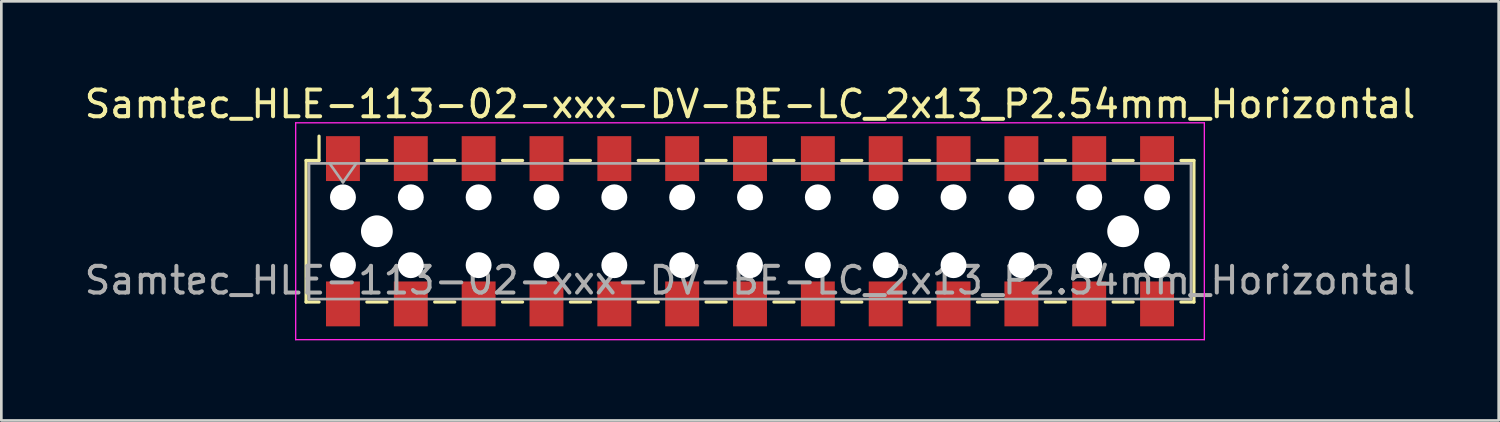
<source format=kicad_pcb>
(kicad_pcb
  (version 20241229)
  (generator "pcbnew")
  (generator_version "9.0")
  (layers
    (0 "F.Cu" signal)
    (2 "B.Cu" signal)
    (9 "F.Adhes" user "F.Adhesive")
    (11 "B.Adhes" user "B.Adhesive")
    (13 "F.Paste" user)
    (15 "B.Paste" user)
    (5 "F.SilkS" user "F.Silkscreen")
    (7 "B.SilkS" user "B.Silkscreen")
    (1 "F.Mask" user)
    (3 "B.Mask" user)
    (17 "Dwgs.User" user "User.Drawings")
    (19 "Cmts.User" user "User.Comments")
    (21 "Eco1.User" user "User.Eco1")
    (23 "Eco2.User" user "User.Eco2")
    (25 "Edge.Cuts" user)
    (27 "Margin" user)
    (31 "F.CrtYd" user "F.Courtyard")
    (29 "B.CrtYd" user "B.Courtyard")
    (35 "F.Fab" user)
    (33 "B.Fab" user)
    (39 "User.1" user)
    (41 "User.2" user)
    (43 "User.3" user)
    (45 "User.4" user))
  (footprint "Samtec_HLE-113-02-xxx-DV-BE-LC_2x13_P2.54mm_Horizontal"
    (layer "F.Cu")
    (at 25.03 5.608)
    (property "Reference" "Samtec_HLE-113-02-xxx-DV-BE-LC_2x13_P2.54mm_Horizontal" (at 0 -4.76 0) (layer "F.SilkS") (effects (font (size 1 1) (thickness 0.15))))
    (attr smd)
    (fp_line (start -16.62 -2.65) (end -16.62 2.65) (stroke (width 0.12) (type solid)) (layer "F.SilkS"))
    (fp_line (start -16.62 2.65) (end -16.135 2.65) (stroke (width 0.12) (type solid)) (layer "F.SilkS"))
    (fp_line (start -16.135 -3.56) (end -16.135 -2.65) (stroke (width 0.12) (type solid)) (layer "F.SilkS"))
    (fp_line (start -16.135 -2.65) (end -16.62 -2.65) (stroke (width 0.12) (type solid)) (layer "F.SilkS"))
    (fp_line (start -14.345 -2.65) (end -13.595 -2.65) (stroke (width 0.12) (type solid)) (layer "F.SilkS"))
    (fp_line (start -14.345 2.65) (end -13.595 2.65) (stroke (width 0.12) (type solid)) (layer "F.SilkS"))
    (fp_line (start -11.805 -2.65) (end -11.055 -2.65) (stroke (width 0.12) (type solid)) (layer "F.SilkS"))
    (fp_line (start -11.805 2.65) (end -11.055 2.65) (stroke (width 0.12) (type solid)) (layer "F.SilkS"))
    (fp_line (start -9.265 -2.65) (end -8.515 -2.65) (stroke (width 0.12) (type solid)) (layer "F.SilkS"))
    (fp_line (start -9.265 2.65) (end -8.515 2.65) (stroke (width 0.12) (type solid)) (layer "F.SilkS"))
    (fp_line (start -6.725 -2.65) (end -5.975 -2.65) (stroke (width 0.12) (type solid)) (layer "F.SilkS"))
    (fp_line (start -6.725 2.65) (end -5.975 2.65) (stroke (width 0.12) (type solid)) (layer "F.SilkS"))
    (fp_line (start -4.185 -2.65) (end -3.435 -2.65) (stroke (width 0.12) (type solid)) (layer "F.SilkS"))
    (fp_line (start -4.185 2.65) (end -3.435 2.65) (stroke (width 0.12) (type solid)) (layer "F.SilkS"))
    (fp_line (start -1.645 -2.65) (end -0.895 -2.65) (stroke (width 0.12) (type solid)) (layer "F.SilkS"))
    (fp_line (start -1.645 2.65) (end -0.895 2.65) (stroke (width 0.12) (type solid)) (layer "F.SilkS"))
    (fp_line (start 0.895 -2.65) (end 1.645 -2.65) (stroke (width 0.12) (type solid)) (layer "F.SilkS"))
    (fp_line (start 0.895 2.65) (end 1.645 2.65) (stroke (width 0.12) (type solid)) (layer "F.SilkS"))
    (fp_line (start 3.435 -2.65) (end 4.185 -2.65) (stroke (width 0.12) (type solid)) (layer "F.SilkS"))
    (fp_line (start 3.435 2.65) (end 4.185 2.65) (stroke (width 0.12) (type solid)) (layer "F.SilkS"))
    (fp_line (start 5.975 -2.65) (end 6.725 -2.65) (stroke (width 0.12) (type solid)) (layer "F.SilkS"))
    (fp_line (start 5.975 2.65) (end 6.725 2.65) (stroke (width 0.12) (type solid)) (layer "F.SilkS"))
    (fp_line (start 8.515 -2.65) (end 9.265 -2.65) (stroke (width 0.12) (type solid)) (layer "F.SilkS"))
    (fp_line (start 8.515 2.65) (end 9.265 2.65) (stroke (width 0.12) (type solid)) (layer "F.SilkS"))
    (fp_line (start 11.055 -2.65) (end 11.805 -2.65) (stroke (width 0.12) (type solid)) (layer "F.SilkS"))
    (fp_line (start 11.055 2.65) (end 11.805 2.65) (stroke (width 0.12) (type solid)) (layer "F.SilkS"))
    (fp_line (start 13.595 -2.65) (end 14.345 -2.65) (stroke (width 0.12) (type solid)) (layer "F.SilkS"))
    (fp_line (start 13.595 2.65) (end 14.345 2.65) (stroke (width 0.12) (type solid)) (layer "F.SilkS"))
    (fp_line (start 16.135 -2.65) (end 16.62 -2.65) (stroke (width 0.12) (type solid)) (layer "F.SilkS"))
    (fp_line (start 16.62 -2.65) (end 16.62 2.65) (stroke (width 0.12) (type solid)) (layer "F.SilkS"))
    (fp_line (start 16.62 2.65) (end 16.135 2.65) (stroke (width 0.12) (type solid)) (layer "F.SilkS"))
    (fp_line (start -17.01 -4.06) (end 17.01 -4.06) (stroke (width 0.05) (type solid)) (layer "F.CrtYd"))
    (fp_line (start -17.01 4.06) (end -17.01 -4.06) (stroke (width 0.05) (type solid)) (layer "F.CrtYd"))
    (fp_line (start 17.01 -4.06) (end 17.01 4.06) (stroke (width 0.05) (type solid)) (layer "F.CrtYd"))
    (fp_line (start 17.01 4.06) (end -17.01 4.06) (stroke (width 0.05) (type solid)) (layer "F.CrtYd"))
    (fp_line (start -16.51 -2.54) (end 16.51 -2.54) (stroke (width 0.1) (type solid)) (layer "F.Fab"))
    (fp_line (start -16.51 2.54) (end -16.51 -2.54) (stroke (width 0.1) (type solid)) (layer "F.Fab"))
    (fp_line (start -15.74 -2.54) (end -15.24 -1.833) (stroke (width 0.1) (type solid)) (layer "F.Fab"))
    (fp_line (start -15.24 -1.833) (end -14.74 -2.54) (stroke (width 0.1) (type solid)) (layer "F.Fab"))
    (fp_line (start 16.51 -2.54) (end 16.51 2.54) (stroke (width 0.1) (type solid)) (layer "F.Fab"))
    (fp_line (start 16.51 2.54) (end -16.51 2.54) (stroke (width 0.1) (type solid)) (layer "F.Fab"))
    (fp_text user "${REFERENCE}" (at 0 1.84 0) (layer "F.Fab") (effects (font (size 1 1) (thickness 0.15))))
    (pad "" np_thru_hole circle (at -15.24 -1.27) (size 0.97 0.97) (drill 0.97) (layers "*.Cu" "*.Mask"))
    (pad "" np_thru_hole circle (at -15.24 1.27) (size 0.97 0.97) (drill 0.97) (layers "*.Cu" "*.Mask"))
    (pad "" np_thru_hole circle (at -13.97 0) (size 1.19 1.19) (drill 1.19) (layers "*.Cu" "*.Mask"))
    (pad "" np_thru_hole circle (at -12.7 -1.27) (size 0.97 0.97) (drill 0.97) (layers "*.Cu" "*.Mask"))
    (pad "" np_thru_hole circle (at -12.7 1.27) (size 0.97 0.97) (drill 0.97) (layers "*.Cu" "*.Mask"))
    (pad "" np_thru_hole circle (at -10.16 -1.27) (size 0.97 0.97) (drill 0.97) (layers "*.Cu" "*.Mask"))
    (pad "" np_thru_hole circle (at -10.16 1.27) (size 0.97 0.97) (drill 0.97) (layers "*.Cu" "*.Mask"))
    (pad "" np_thru_hole circle (at -7.62 -1.27) (size 0.97 0.97) (drill 0.97) (layers "*.Cu" "*.Mask"))
    (pad "" np_thru_hole circle (at -7.62 1.27) (size 0.97 0.97) (drill 0.97) (layers "*.Cu" "*.Mask"))
    (pad "" np_thru_hole circle (at -5.08 -1.27) (size 0.97 0.97) (drill 0.97) (layers "*.Cu" "*.Mask"))
    (pad "" np_thru_hole circle (at -5.08 1.27) (size 0.97 0.97) (drill 0.97) (layers "*.Cu" "*.Mask"))
    (pad "" np_thru_hole circle (at -2.54 -1.27) (size 0.97 0.97) (drill 0.97) (layers "*.Cu" "*.Mask"))
    (pad "" np_thru_hole circle (at -2.54 1.27) (size 0.97 0.97) (drill 0.97) (layers "*.Cu" "*.Mask"))
    (pad "" np_thru_hole circle (at 0 -1.27) (size 0.97 0.97) (drill 0.97) (layers "*.Cu" "*.Mask"))
    (pad "" np_thru_hole circle (at 0 1.27) (size 0.97 0.97) (drill 0.97) (layers "*.Cu" "*.Mask"))
    (pad "" np_thru_hole circle (at 2.54 -1.27) (size 0.97 0.97) (drill 0.97) (layers "*.Cu" "*.Mask"))
    (pad "" np_thru_hole circle (at 2.54 1.27) (size 0.97 0.97) (drill 0.97) (layers "*.Cu" "*.Mask"))
    (pad "" np_thru_hole circle (at 5.08 -1.27) (size 0.97 0.97) (drill 0.97) (layers "*.Cu" "*.Mask"))
    (pad "" np_thru_hole circle (at 5.08 1.27) (size 0.97 0.97) (drill 0.97) (layers "*.Cu" "*.Mask"))
    (pad "" np_thru_hole circle (at 7.62 -1.27) (size 0.97 0.97) (drill 0.97) (layers "*.Cu" "*.Mask"))
    (pad "" np_thru_hole circle (at 7.62 1.27) (size 0.97 0.97) (drill 0.97) (layers "*.Cu" "*.Mask"))
    (pad "" np_thru_hole circle (at 10.16 -1.27) (size 0.97 0.97) (drill 0.97) (layers "*.Cu" "*.Mask"))
    (pad "" np_thru_hole circle (at 10.16 1.27) (size 0.97 0.97) (drill 0.97) (layers "*.Cu" "*.Mask"))
    (pad "" np_thru_hole circle (at 12.7 -1.27) (size 0.97 0.97) (drill 0.97) (layers "*.Cu" "*.Mask"))
    (pad "" np_thru_hole circle (at 12.7 1.27) (size 0.97 0.97) (drill 0.97) (layers "*.Cu" "*.Mask"))
    (pad "" np_thru_hole circle (at 13.97 0) (size 1.19 1.19) (drill 1.19) (layers "*.Cu" "*.Mask"))
    (pad "" np_thru_hole circle (at 15.24 -1.27) (size 0.97 0.97) (drill 0.97) (layers "*.Cu" "*.Mask"))
    (pad "" np_thru_hole circle (at 15.24 1.27) (size 0.97 0.97) (drill 0.97) (layers "*.Cu" "*.Mask"))
    (pad "1" smd rect (at -15.24 -2.72) (size 1.27 1.68) (layers "F.Cu" "F.Mask" "F.Paste"))
    (pad "2" smd rect (at -15.24 2.72) (size 1.27 1.68) (layers "F.Cu" "F.Mask" "F.Paste"))
    (pad "3" smd rect (at -12.7 -2.72) (size 1.27 1.68) (layers "F.Cu" "F.Mask" "F.Paste"))
    (pad "4" smd rect (at -12.7 2.72) (size 1.27 1.68) (layers "F.Cu" "F.Mask" "F.Paste"))
    (pad "5" smd rect (at -10.16 -2.72) (size 1.27 1.68) (layers "F.Cu" "F.Mask" "F.Paste"))
    (pad "6" smd rect (at -10.16 2.72) (size 1.27 1.68) (layers "F.Cu" "F.Mask" "F.Paste"))
    (pad "7" smd rect (at -7.62 -2.72) (size 1.27 1.68) (layers "F.Cu" "F.Mask" "F.Paste"))
    (pad "8" smd rect (at -7.62 2.72) (size 1.27 1.68) (layers "F.Cu" "F.Mask" "F.Paste"))
    (pad "9" smd rect (at -5.08 -2.72) (size 1.27 1.68) (layers "F.Cu" "F.Mask" "F.Paste"))
    (pad "10" smd rect (at -5.08 2.72) (size 1.27 1.68) (layers "F.Cu" "F.Mask" "F.Paste"))
    (pad "11" smd rect (at -2.54 -2.72) (size 1.27 1.68) (layers "F.Cu" "F.Mask" "F.Paste"))
    (pad "12" smd rect (at -2.54 2.72) (size 1.27 1.68) (layers "F.Cu" "F.Mask" "F.Paste"))
    (pad "13" smd rect (at 0 -2.72) (size 1.27 1.68) (layers "F.Cu" "F.Mask" "F.Paste"))
    (pad "14" smd rect (at 0 2.72) (size 1.27 1.68) (layers "F.Cu" "F.Mask" "F.Paste"))
    (pad "15" smd rect (at 2.54 -2.72) (size 1.27 1.68) (layers "F.Cu" "F.Mask" "F.Paste"))
    (pad "16" smd rect (at 2.54 2.72) (size 1.27 1.68) (layers "F.Cu" "F.Mask" "F.Paste"))
    (pad "17" smd rect (at 5.08 -2.72) (size 1.27 1.68) (layers "F.Cu" "F.Mask" "F.Paste"))
    (pad "18" smd rect (at 5.08 2.72) (size 1.27 1.68) (layers "F.Cu" "F.Mask" "F.Paste"))
    (pad "19" smd rect (at 7.62 -2.72) (size 1.27 1.68) (layers "F.Cu" "F.Mask" "F.Paste"))
    (pad "20" smd rect (at 7.62 2.72) (size 1.27 1.68) (layers "F.Cu" "F.Mask" "F.Paste"))
    (pad "21" smd rect (at 10.16 -2.72) (size 1.27 1.68) (layers "F.Cu" "F.Mask" "F.Paste"))
    (pad "22" smd rect (at 10.16 2.72) (size 1.27 1.68) (layers "F.Cu" "F.Mask" "F.Paste"))
    (pad "23" smd rect (at 12.7 -2.72) (size 1.27 1.68) (layers "F.Cu" "F.Mask" "F.Paste"))
    (pad "24" smd rect (at 12.7 2.72) (size 1.27 1.68) (layers "F.Cu" "F.Mask" "F.Paste"))
    (pad "25" smd rect (at 15.24 -2.72) (size 1.27 1.68) (layers "F.Cu" "F.Mask" "F.Paste"))
    (pad "26" smd rect (at 15.24 2.72) (size 1.27 1.68) (layers "F.Cu" "F.Mask" "F.Paste")))
  (gr_rect
    (start -3 -3)
    (end 53.06 12.693)
    (stroke (width 0.1) (type default))
    (fill no)
    (layer "Edge.Cuts")))
</source>
